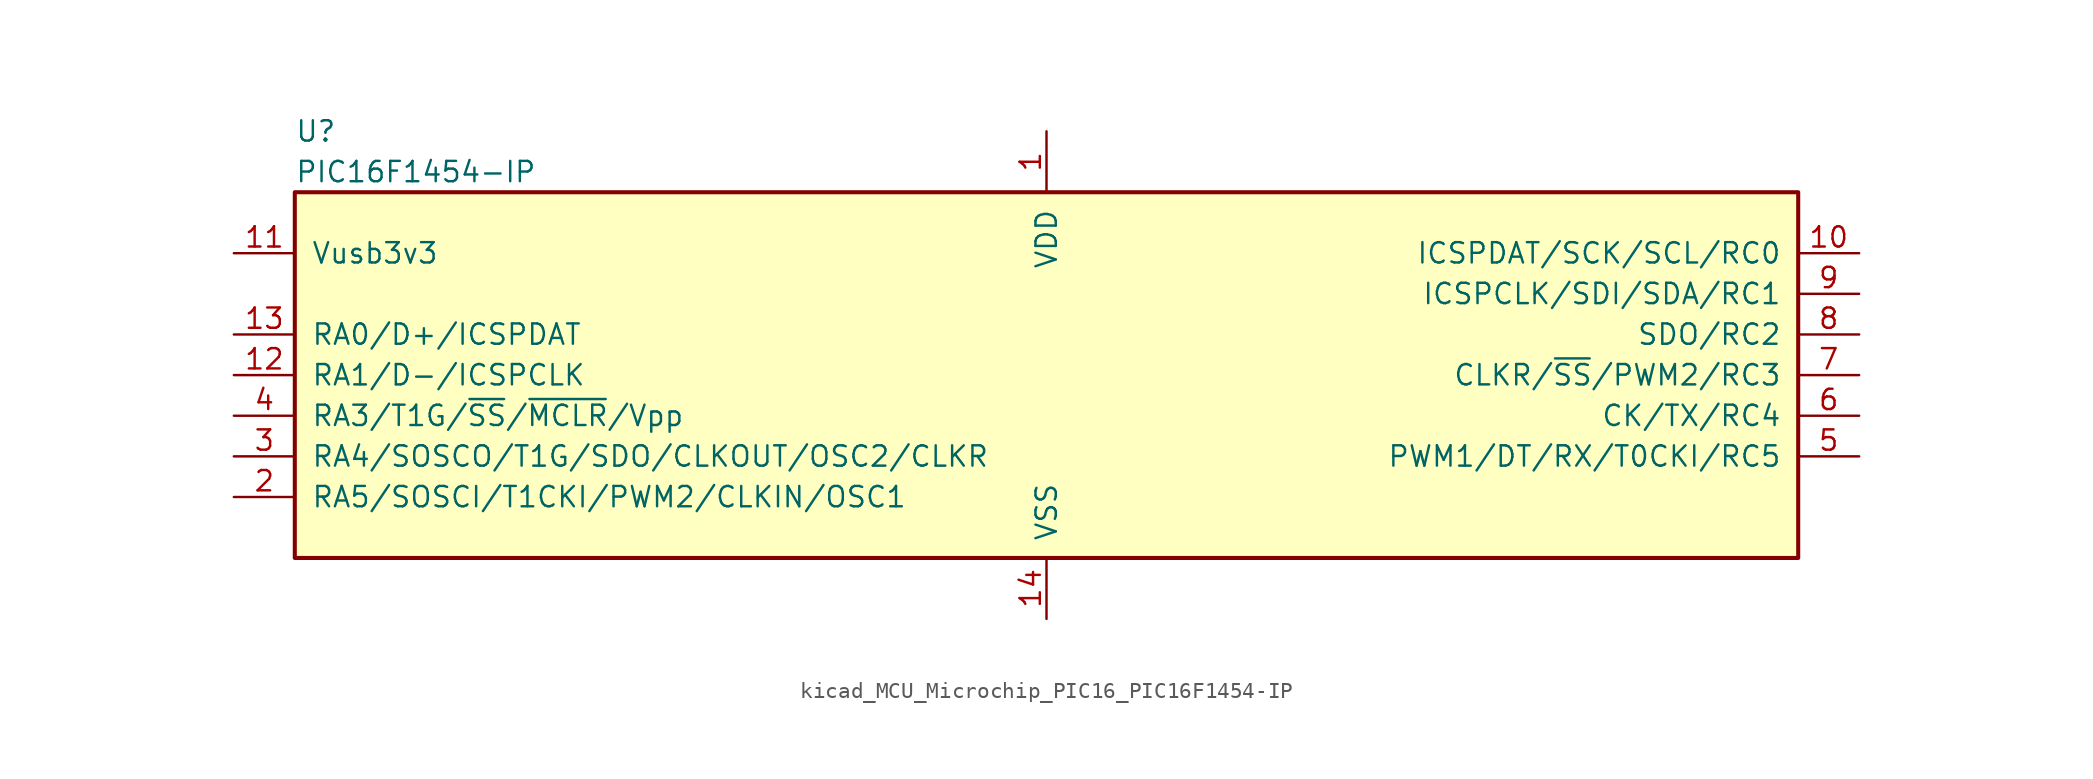
<source format=kicad_sym>
(kicad_symbol_lib
  (version 20220914)
  (generator kicad_symbol_editor)
  (symbol "kicad_MCU_Microchip_PIC16_PIC16F1454-IP"
    (pin_names
      (offset 1.016))
    (property "Reference" "U"
      (at -46.99 15.24 0)
      (effects (font (size 1.27 1.27)) (justify left)))
    (property "Value" "PIC16F1454-IP"
      (at -46.99 12.7 0)
      (effects (font (size 1.27 1.27)) (justify left)))
    (symbol "kicad_MCU_Microchip_PIC16_PIC16F1454-IP_0_1"
      (rectangle (start -46.99 11.43) (end 46.99 -11.43) (stroke (width 0.254) (type default)) (fill (type background))))
    (symbol "kicad_MCU_Microchip_PIC16_PIC16F1454-IP_1_1"
      (pin power_in line (at 0 15.24 270) (length 3.81) (name "VDD" (effects (font (size 1.27 1.27)))) (number "1" (effects (font (size 1.27 1.27)))))
      (pin bidirectional line (at 50.8 7.62 180) (length 3.81) (name "ICSPDAT/SCK/SCL/RC0" (effects (font (size 1.27 1.27)))) (number "10" (effects (font (size 1.27 1.27)))))
      (pin bidirectional line (at -50.8 7.62 0) (length 3.81) (name "Vusb3v3" (effects (font (size 1.27 1.27)))) (number "11" (effects (font (size 1.27 1.27)))))
      (pin bidirectional line (at -50.8 0 0) (length 3.81) (name "RA1/D-/ICSPCLK" (effects (font (size 1.27 1.27)))) (number "12" (effects (font (size 1.27 1.27)))))
      (pin bidirectional line (at -50.8 2.54 0) (length 3.81) (name "RA0/D+/ICSPDAT" (effects (font (size 1.27 1.27)))) (number "13" (effects (font (size 1.27 1.27)))))
      (pin power_in line (at 0 -15.24 90) (length 3.81) (name "VSS" (effects (font (size 1.27 1.27)))) (number "14" (effects (font (size 1.27 1.27)))))
      (pin bidirectional line (at -50.8 -7.62 0) (length 3.81) (name "RA5/SOSCI/T1CKI/PWM2/CLKIN/OSC1" (effects (font (size 1.27 1.27)))) (number "2" (effects (font (size 1.27 1.27)))))
      (pin bidirectional line (at -50.8 -5.08 0) (length 3.81) (name "RA4/SOSCO/T1G/SDO/CLKOUT/OSC2/CLKR" (effects (font (size 1.27 1.27)))) (number "3" (effects (font (size 1.27 1.27)))))
      (pin input line (at -50.8 -2.54 0) (length 3.81) (name "RA3/T1G/~{SS}/~{MCLR}/Vpp" (effects (font (size 1.27 1.27)))) (number "4" (effects (font (size 1.27 1.27)))))
      (pin bidirectional line (at 50.8 -5.08 180) (length 3.81) (name "PWM1/DT/RX/T0CKI/RC5" (effects (font (size 1.27 1.27)))) (number "5" (effects (font (size 1.27 1.27)))))
      (pin bidirectional line (at 50.8 -2.54 180) (length 3.81) (name "CK/TX/RC4" (effects (font (size 1.27 1.27)))) (number "6" (effects (font (size 1.27 1.27)))))
      (pin bidirectional line (at 50.8 0 180) (length 3.81) (name "CLKR/~{SS}/PWM2/RC3" (effects (font (size 1.27 1.27)))) (number "7" (effects (font (size 1.27 1.27)))))
      (pin bidirectional line (at 50.8 2.54 180) (length 3.81) (name "SDO/RC2" (effects (font (size 1.27 1.27)))) (number "8" (effects (font (size 1.27 1.27)))))
      (pin bidirectional line (at 50.8 5.08 180) (length 3.81) (name "ICSPCLK/SDI/SDA/RC1" (effects (font (size 1.27 1.27)))) (number "9" (effects (font (size 1.27 1.27))))))))
</source>
